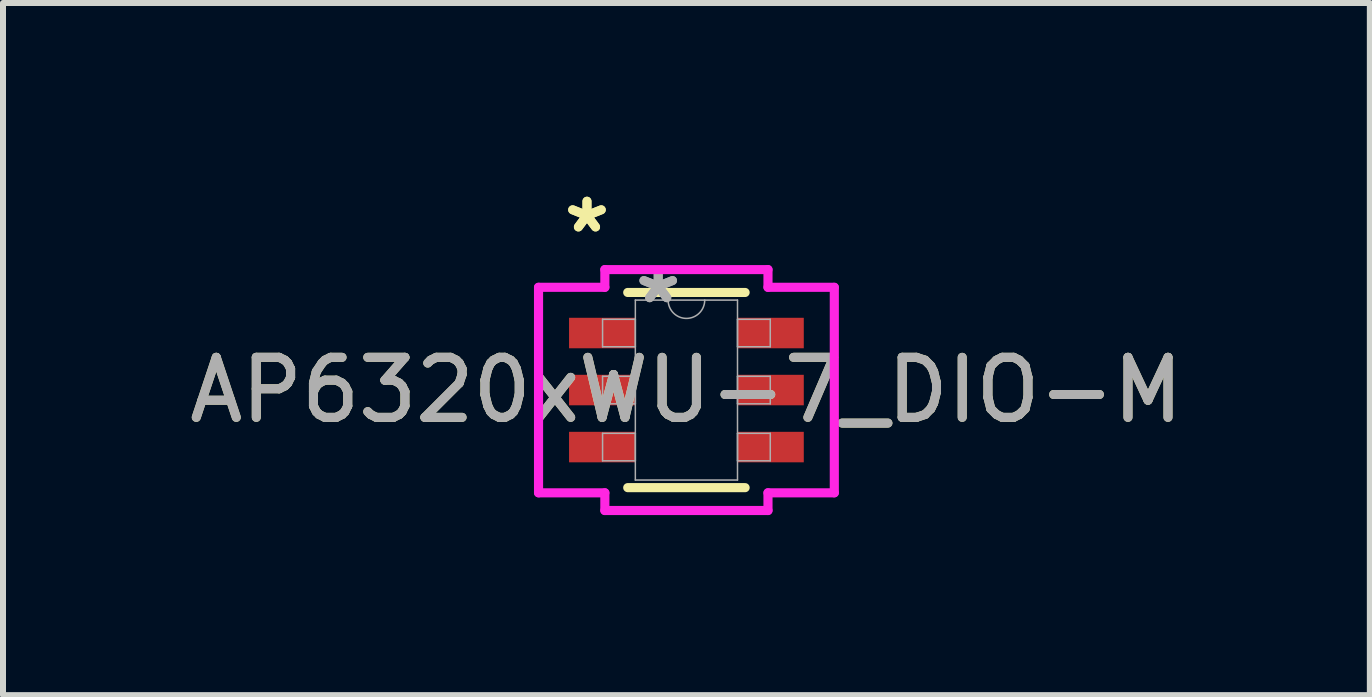
<source format=kicad_pcb>
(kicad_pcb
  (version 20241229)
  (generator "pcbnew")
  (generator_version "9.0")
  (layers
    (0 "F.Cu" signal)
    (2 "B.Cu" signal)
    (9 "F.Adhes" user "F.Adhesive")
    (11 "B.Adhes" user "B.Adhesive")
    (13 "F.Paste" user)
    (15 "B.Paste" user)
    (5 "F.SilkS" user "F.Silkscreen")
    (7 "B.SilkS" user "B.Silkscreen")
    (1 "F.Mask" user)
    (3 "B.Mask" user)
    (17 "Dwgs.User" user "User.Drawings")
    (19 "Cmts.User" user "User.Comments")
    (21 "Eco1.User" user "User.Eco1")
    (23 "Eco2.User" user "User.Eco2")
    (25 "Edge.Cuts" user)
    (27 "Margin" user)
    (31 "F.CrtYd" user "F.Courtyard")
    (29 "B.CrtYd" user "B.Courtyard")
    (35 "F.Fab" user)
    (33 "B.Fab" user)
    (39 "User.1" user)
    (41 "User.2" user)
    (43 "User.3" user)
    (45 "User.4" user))
  (footprint "AP6320xWU-7_DIO-M"
    (layer "F.Cu")
    (at 8.387 3.449)
    (property "Reference" "AP6320xWU-7_DIO-M" (at 0 0 0) (unlocked yes) (layer "F.SilkS") (effects (font (size 1 1) (thickness 0.15))))
    (attr smd)
    (fp_line (start -0.978 1.626) (end 0.978 1.626) (stroke (width 0.152) (type solid)) (layer "F.SilkS"))
    (fp_line (start 0.978 -1.626) (end -0.978 -1.626) (stroke (width 0.152) (type solid)) (layer "F.SilkS"))
    (fp_line (start -2.464 -1.712) (end -1.359 -1.712) (stroke (width 0.152) (type solid)) (layer "F.CrtYd"))
    (fp_line (start -2.464 1.712) (end -2.464 -1.712) (stroke (width 0.152) (type solid)) (layer "F.CrtYd"))
    (fp_line (start -2.464 1.712) (end -1.359 1.712) (stroke (width 0.152) (type solid)) (layer "F.CrtYd"))
    (fp_line (start -1.359 -2.007) (end 1.359 -2.007) (stroke (width 0.152) (type solid)) (layer "F.CrtYd"))
    (fp_line (start -1.359 -1.712) (end -1.359 -2.007) (stroke (width 0.152) (type solid)) (layer "F.CrtYd"))
    (fp_line (start -1.359 2.007) (end -1.359 1.712) (stroke (width 0.152) (type solid)) (layer "F.CrtYd"))
    (fp_line (start 1.359 -2.007) (end 1.359 -1.712) (stroke (width 0.152) (type solid)) (layer "F.CrtYd"))
    (fp_line (start 1.359 1.712) (end 1.359 2.007) (stroke (width 0.152) (type solid)) (layer "F.CrtYd"))
    (fp_line (start 1.359 2.007) (end -1.359 2.007) (stroke (width 0.152) (type solid)) (layer "F.CrtYd"))
    (fp_line (start 2.464 -1.712) (end 1.359 -1.712) (stroke (width 0.152) (type solid)) (layer "F.CrtYd"))
    (fp_line (start 2.464 -1.712) (end 2.464 1.712) (stroke (width 0.152) (type solid)) (layer "F.CrtYd"))
    (fp_line (start 2.464 1.712) (end 1.359 1.712) (stroke (width 0.152) (type solid)) (layer "F.CrtYd"))
    (fp_line (start -1.397 -1.179) (end -1.397 -0.721) (stroke (width 0.025) (type solid)) (layer "F.Fab"))
    (fp_line (start -1.397 -0.721) (end -0.851 -0.721) (stroke (width 0.025) (type solid)) (layer "F.Fab"))
    (fp_line (start -1.397 -0.229) (end -1.397 0.229) (stroke (width 0.025) (type solid)) (layer "F.Fab"))
    (fp_line (start -1.397 0.229) (end -0.851 0.229) (stroke (width 0.025) (type solid)) (layer "F.Fab"))
    (fp_line (start -1.397 0.721) (end -1.397 1.179) (stroke (width 0.025) (type solid)) (layer "F.Fab"))
    (fp_line (start -1.397 1.179) (end -0.851 1.179) (stroke (width 0.025) (type solid)) (layer "F.Fab"))
    (fp_line (start -0.851 -1.499) (end -0.851 1.499) (stroke (width 0.025) (type solid)) (layer "F.Fab"))
    (fp_line (start -0.851 -1.179) (end -1.397 -1.179) (stroke (width 0.025) (type solid)) (layer "F.Fab"))
    (fp_line (start -0.851 -0.721) (end -0.851 -1.179) (stroke (width 0.025) (type solid)) (layer "F.Fab"))
    (fp_line (start -0.851 -0.229) (end -1.397 -0.229) (stroke (width 0.025) (type solid)) (layer "F.Fab"))
    (fp_line (start -0.851 0.229) (end -0.851 -0.229) (stroke (width 0.025) (type solid)) (layer "F.Fab"))
    (fp_line (start -0.851 0.721) (end -1.397 0.721) (stroke (width 0.025) (type solid)) (layer "F.Fab"))
    (fp_line (start -0.851 1.179) (end -0.851 0.721) (stroke (width 0.025) (type solid)) (layer "F.Fab"))
    (fp_line (start -0.851 1.499) (end 0.851 1.499) (stroke (width 0.025) (type solid)) (layer "F.Fab"))
    (fp_line (start 0.851 -1.499) (end -0.851 -1.499) (stroke (width 0.025) (type solid)) (layer "F.Fab"))
    (fp_line (start 0.851 -1.179) (end 0.851 -0.721) (stroke (width 0.025) (type solid)) (layer "F.Fab"))
    (fp_line (start 0.851 -0.721) (end 1.397 -0.721) (stroke (width 0.025) (type solid)) (layer "F.Fab"))
    (fp_line (start 0.851 -0.229) (end 0.851 0.229) (stroke (width 0.025) (type solid)) (layer "F.Fab"))
    (fp_line (start 0.851 0.229) (end 1.397 0.229) (stroke (width 0.025) (type solid)) (layer "F.Fab"))
    (fp_line (start 0.851 0.721) (end 0.851 1.179) (stroke (width 0.025) (type solid)) (layer "F.Fab"))
    (fp_line (start 0.851 1.179) (end 1.397 1.179) (stroke (width 0.025) (type solid)) (layer "F.Fab"))
    (fp_line (start 0.851 1.499) (end 0.851 -1.499) (stroke (width 0.025) (type solid)) (layer "F.Fab"))
    (fp_line (start 1.397 -1.179) (end 0.851 -1.179) (stroke (width 0.025) (type solid)) (layer "F.Fab"))
    (fp_line (start 1.397 -0.721) (end 1.397 -1.179) (stroke (width 0.025) (type solid)) (layer "F.Fab"))
    (fp_line (start 1.397 -0.229) (end 0.851 -0.229) (stroke (width 0.025) (type solid)) (layer "F.Fab"))
    (fp_line (start 1.397 0.229) (end 1.397 -0.229) (stroke (width 0.025) (type solid)) (layer "F.Fab"))
    (fp_line (start 1.397 0.721) (end 0.851 0.721) (stroke (width 0.025) (type solid)) (layer "F.Fab"))
    (fp_line (start 1.397 1.179) (end 1.397 0.721) (stroke (width 0.025) (type solid)) (layer "F.Fab"))
    (fp_arc (start 0.3048 -1.4986) (mid 0 -1.1938) (end -0.3048 -1.4986) (stroke (width 0.0254) (type solid)) (layer "F.Fab"))
    (fp_text user "*" (at -1.657 -2.601 0) (layer "F.SilkS") (effects (font (size 1 1) (thickness 0.15))))
    (fp_text user "*" (at -1.657 -2.601 0) (unlocked yes) (layer "F.SilkS") (effects (font (size 1 1) (thickness 0.15))))
    (fp_text user "*" (at -0.47 -1.422 0) (layer "F.Fab") (effects (font (size 1 1) (thickness 0.15))))
    (fp_text user "${REFERENCE}" (at 0 0 0) (unlocked yes) (layer "F.Fab") (effects (font (size 1 1) (thickness 0.15))))
    (fp_text user "*" (at -0.47 -1.422 0) (unlocked yes) (layer "F.Fab") (effects (font (size 1 1) (thickness 0.15))))
    (pad "1" smd rect (at -1.403 -0.95) (size 1.105 0.508) (layers "F.Cu" "F.Mask" "F.Paste"))
    (pad "2" smd rect (at -1.403 0) (size 1.105 0.508) (layers "F.Cu" "F.Mask" "F.Paste"))
    (pad "3" smd rect (at -1.403 0.95) (size 1.105 0.508) (layers "F.Cu" "F.Mask" "F.Paste"))
    (pad "4" smd rect (at 1.403 0.95) (size 1.105 0.508) (layers "F.Cu" "F.Mask" "F.Paste"))
    (pad "5" smd rect (at 1.403 0) (size 1.105 0.508) (layers "F.Cu" "F.Mask" "F.Paste"))
    (pad "6" smd rect (at 1.403 -0.95) (size 1.105 0.508) (layers "F.Cu" "F.Mask" "F.Paste")))
  (gr_rect
    (start -3 -3)
    (end 19.774 8.532)
    (stroke (width 0.1) (type default))
    (fill no)
    (layer "Edge.Cuts")))
</source>
